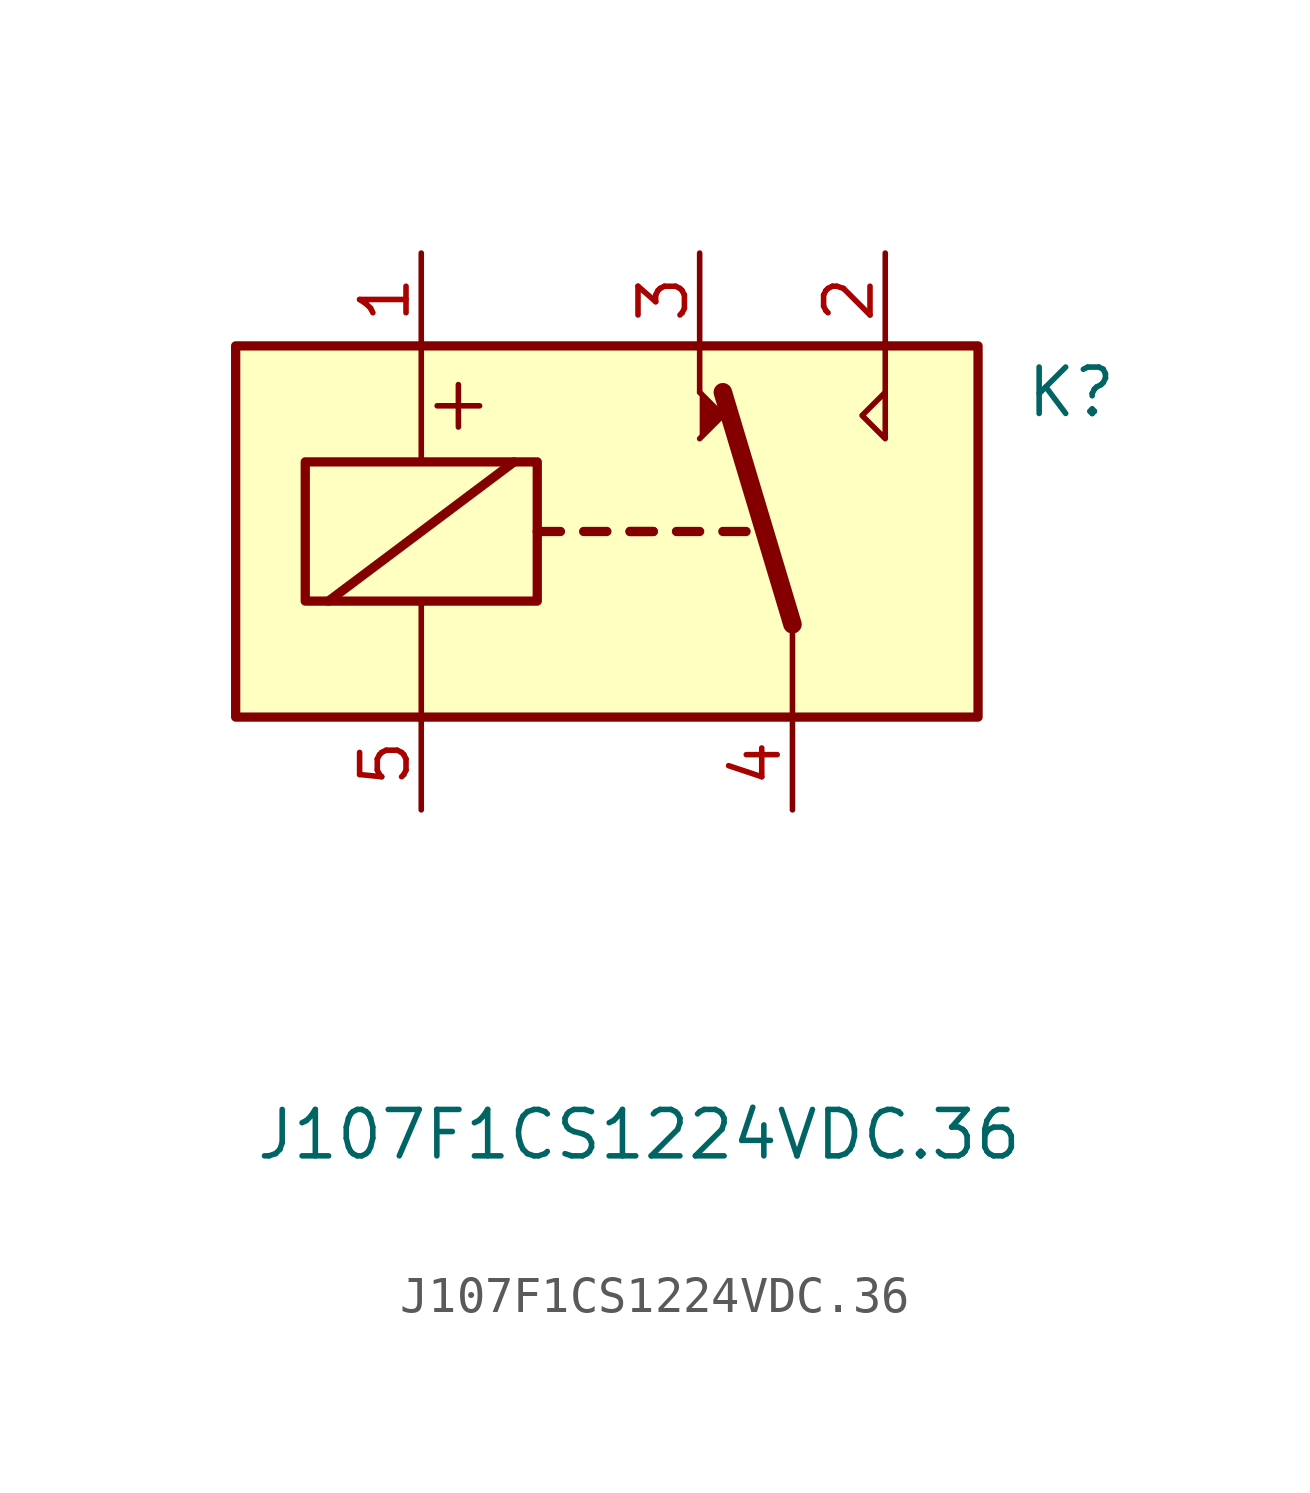
<source format=kicad_sym>
(kicad_symbol_lib
  (version 20220914)
  (generator kicad_symbol_editor)
  (symbol "J107F1CS1224VDC.36"
    (pin_names
      (offset 1.016))
    (property "Reference" "K"
      (at 11.43 3.81 0)
      (effects (font (size 1.27 1.27)) (justify left)))
    (property "Value" "J107F1CS1224VDC.36"
      (at -9.652 -16.51 0)
      (effects (font (size 1.27 1.27)) (justify left)))
    (symbol "J107F1CS1224VDC.36_0_0"
      (polyline (pts (xy 2.54 3.81) (xy 2.54 5.08)) (stroke (width 0) (type default)) (fill (type none)))
      (polyline (pts (xy 7.62 3.81) (xy 7.62 5.08)) (stroke (width 0) (type default)) (fill (type none)))
      (polyline (pts (xy 7.62 3.81) (xy 7.62 2.54) (xy 6.985 3.175) (xy 7.62 3.81)) (stroke (width 0) (type default)) (fill (type none)))
      (text "+" (at -4.064 3.556 0) (effects (font (size 1.524 1.524)))))
    (symbol "J107F1CS1224VDC.36_0_1"
      (rectangle (start -10.16 5.08) (end 10.16 -5.08) (stroke (width 0.254) (type default)) (fill (type background)))
      (rectangle (start -8.255 1.905) (end -1.905 -1.905) (stroke (width 0.254) (type default)) (fill (type none)))
      (polyline (pts (xy -7.62 -1.905) (xy -2.54 1.905)) (stroke (width 0.254) (type default)) (fill (type none)))
      (polyline (pts (xy -5.08 -5.08) (xy -5.08 -1.905)) (stroke (width 0) (type default)) (fill (type none)))
      (polyline (pts (xy -5.08 5.08) (xy -5.08 1.905)) (stroke (width 0) (type default)) (fill (type none)))
      (polyline (pts (xy -1.905 0) (xy -1.27 0)) (stroke (width 0.254) (type default)) (fill (type none)))
      (polyline (pts (xy -0.635 0) (xy 0 0)) (stroke (width 0.254) (type default)) (fill (type none)))
      (polyline (pts (xy 0.635 0) (xy 1.27 0)) (stroke (width 0.254) (type default)) (fill (type none)))
      (polyline (pts (xy 0.635 0) (xy 1.27 0)) (stroke (width 0.254) (type default)) (fill (type none)))
      (polyline (pts (xy 1.905 0) (xy 2.54 0)) (stroke (width 0.254) (type default)) (fill (type none)))
      (polyline (pts (xy 3.175 0) (xy 3.81 0)) (stroke (width 0.254) (type default)) (fill (type none)))
      (polyline (pts (xy 5.08 -2.54) (xy 3.175 3.81)) (stroke (width 0.508) (type default)) (fill (type none)))
      (polyline (pts (xy 5.08 -2.54) (xy 5.08 -5.08)) (stroke (width 0) (type default)) (fill (type none)))
      (polyline (pts (xy 2.54 2.54) (xy 3.175 3.175) (xy 2.54 3.81)) (stroke (width 0) (type default)) (fill (type outline))))
    (symbol "J107F1CS1224VDC.36_1_1"
      (pin passive line (at -5.08 7.62 270) (length 2.54) (name "~" (effects (font (size 1.27 1.27)))) (number "1" (effects (font (size 1.27 1.27)))))
      (pin passive line (at 7.62 7.62 270) (length 2.54) (name "~" (effects (font (size 1.27 1.27)))) (number "2" (effects (font (size 1.27 1.27)))))
      (pin passive line (at 2.54 7.62 270) (length 2.54) (name "~" (effects (font (size 1.27 1.27)))) (number "3" (effects (font (size 1.27 1.27)))))
      (pin passive line (at 5.08 -7.62 90) (length 2.54) (name "~" (effects (font (size 1.27 1.27)))) (number "4" (effects (font (size 1.27 1.27)))))
      (pin passive line (at -5.08 -7.62 90) (length 2.54) (name "~" (effects (font (size 1.27 1.27)))) (number "5" (effects (font (size 1.27 1.27))))))))
</source>
